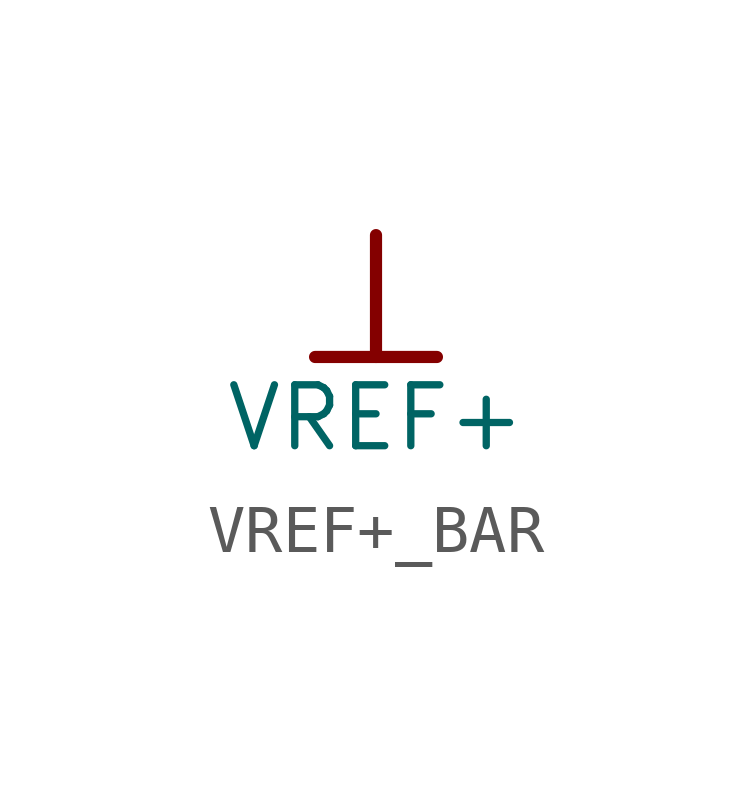
<source format=kicad_sym>
(kicad_symbol_lib
  (version 20241209)
  (generator "kicad_symbol_editor")
  (generator_version "9.0")
  (symbol "VREF+_BAR"
    (power)
    (property "Reference" "#PWR"
      (at 0 0 0)
      (effects (font (size 1.27 1.27)) (hide yes)))
    (property "Value" "VREF+"
      (at 0 -3.81 0)
      (effects (font (size 1.27 1.27))))
    (symbol "VREF+_BAR_0_0"
      (polyline (pts (xy -1.27 -2.54) (xy 1.27 -2.54)) (stroke (width 0.254) (type solid)) (fill (type none)))
      (polyline (pts (xy 0 0) (xy 0 -2.54)) (stroke (width 0.254) (type solid)) (fill (type none)))
      (pin power_in line (at 0 0 0) (length 0) (hide yes) (name "VREF+" (effects (font (size 1.27 1.27)))) (number "" (effects (font (size 1.27 1.27))))))))
</source>
